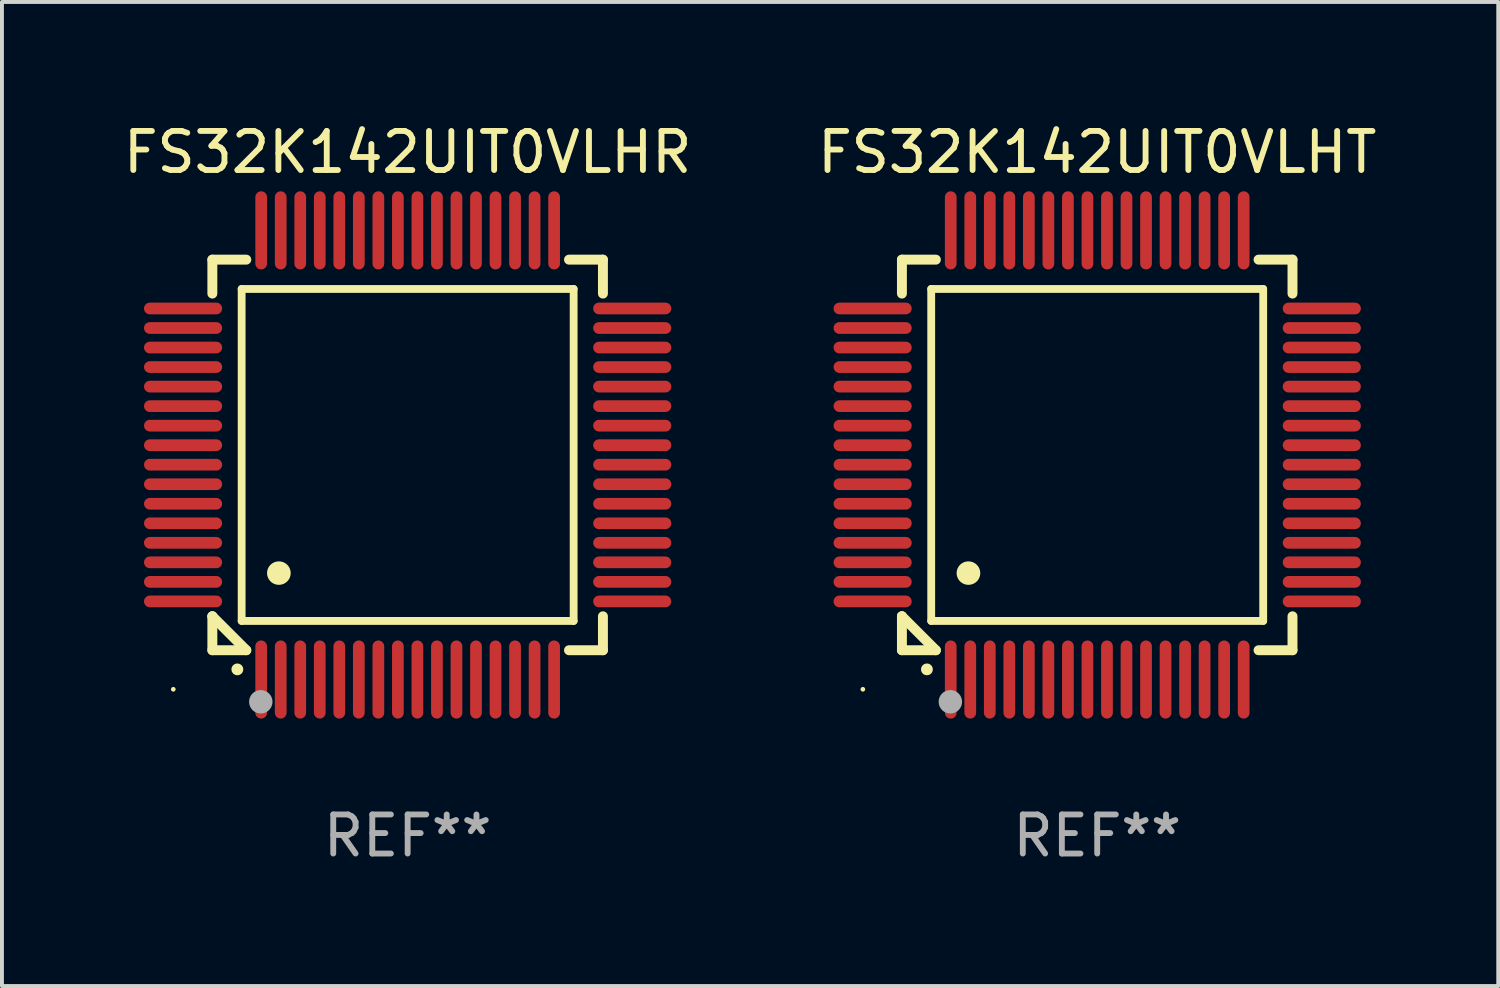
<source format=kicad_pcb>
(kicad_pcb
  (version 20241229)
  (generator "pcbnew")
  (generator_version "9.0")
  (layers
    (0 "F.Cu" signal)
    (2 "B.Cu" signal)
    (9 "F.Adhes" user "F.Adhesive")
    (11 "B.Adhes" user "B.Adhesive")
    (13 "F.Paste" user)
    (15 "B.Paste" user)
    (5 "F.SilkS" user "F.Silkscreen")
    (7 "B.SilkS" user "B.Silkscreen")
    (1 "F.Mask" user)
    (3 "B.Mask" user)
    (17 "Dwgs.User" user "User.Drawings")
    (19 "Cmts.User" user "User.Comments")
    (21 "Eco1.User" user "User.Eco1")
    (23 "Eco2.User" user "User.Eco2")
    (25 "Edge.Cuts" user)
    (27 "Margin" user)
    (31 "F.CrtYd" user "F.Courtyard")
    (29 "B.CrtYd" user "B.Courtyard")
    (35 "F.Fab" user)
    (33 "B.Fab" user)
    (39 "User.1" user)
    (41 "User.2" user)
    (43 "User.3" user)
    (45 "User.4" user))
  (footprint "FS32K142UIT0VLHT"
    (layer "F.Cu")
    (at 25.042 8.598)
    (property "Reference" "FS32K142UIT0VLHT" (at 0 -7.75 0) (layer "F.SilkS") (effects (font (size 1 1) (thickness 0.15))))
    (attr through_hole)
    (fp_line (start -5 -5) (end -4.131 -5) (stroke (width 0.254) (type solid)) (layer "F.SilkS"))
    (fp_line (start -5 -4.131) (end -5 -5) (stroke (width 0.254) (type solid)) (layer "F.SilkS"))
    (fp_line (start -5 4.131) (end -5 4.131) (stroke (width 0.254) (type solid)) (layer "F.SilkS"))
    (fp_line (start -5 5) (end -5 4.131) (stroke (width 0.254) (type solid)) (layer "F.SilkS"))
    (fp_line (start -5 4.131) (end -4.131 5) (stroke (width 0.254) (type solid)) (layer "F.SilkS"))
    (fp_line (start -4.25 -4.25) (end -4.25 4.25) (stroke (width 0.2) (type solid)) (layer "F.SilkS"))
    (fp_line (start -4.25 4.25) (end 4.25 4.25) (stroke (width 0.2) (type solid)) (layer "F.SilkS"))
    (fp_line (start -4.131 5) (end -5 5) (stroke (width 0.254) (type solid)) (layer "F.SilkS"))
    (fp_line (start 4.25 -4.25) (end -4.25 -4.25) (stroke (width 0.2) (type solid)) (layer "F.SilkS"))
    (fp_line (start 4.25 4.25) (end 4.25 -4.25) (stroke (width 0.2) (type solid)) (layer "F.SilkS"))
    (fp_line (start 5 -5) (end 4.131 -5) (stroke (width 0.254) (type solid)) (layer "F.SilkS"))
    (fp_line (start 5 -5) (end 5 -4.131) (stroke (width 0.254) (type solid)) (layer "F.SilkS"))
    (fp_line (start 5 4.131) (end 5 5) (stroke (width 0.254) (type solid)) (layer "F.SilkS"))
    (fp_line (start 5 5) (end 4.131 5) (stroke (width 0.254) (type solid)) (layer "F.SilkS"))
    (fp_arc (start -4.361265 5.489992) (mid -4.359995 5.489987) (end -4.358725 5.489992) (stroke (width 0.3) (type solid)) (layer "F.SilkS"))
    (fp_arc (start -3.299467 3.025146) (mid -3.296927 3.025135) (end -3.294387 3.025146) (stroke (width 0.6) (type solid)) (layer "F.SilkS"))
    (fp_circle (center -6 6) (end -5.97 6) (stroke (width 0.06) (type solid)) (fill no) (layer "F.SilkS"))
    (fp_circle (center -3.76 6.32) (end -3.61 6.32) (stroke (width 0.3) (type solid)) (fill no) (layer "F.Fab"))
    (fp_text user "REF**" (at 0 9.75 0) (layer "F.Fab") (effects (font (size 1 1) (thickness 0.15))))
    (pad "1" smd oval (at -3.75 5.75) (size 0.3 2) (layers "F.Cu" "F.Mask" "F.Paste"))
    (pad "2" smd oval (at -3.25 5.75) (size 0.3 2) (layers "F.Cu" "F.Mask" "F.Paste"))
    (pad "3" smd oval (at -2.75 5.75) (size 0.3 2) (layers "F.Cu" "F.Mask" "F.Paste"))
    (pad "4" smd oval (at -2.25 5.75) (size 0.3 2) (layers "F.Cu" "F.Mask" "F.Paste"))
    (pad "5" smd oval (at -1.75 5.75) (size 0.3 2) (layers "F.Cu" "F.Mask" "F.Paste"))
    (pad "6" smd oval (at -1.25 5.75) (size 0.3 2) (layers "F.Cu" "F.Mask" "F.Paste"))
    (pad "7" smd oval (at -0.75 5.75) (size 0.3 2) (layers "F.Cu" "F.Mask" "F.Paste"))
    (pad "8" smd oval (at -0.25 5.75) (size 0.3 2) (layers "F.Cu" "F.Mask" "F.Paste"))
    (pad "9" smd oval (at 0.25 5.75) (size 0.3 2) (layers "F.Cu" "F.Mask" "F.Paste"))
    (pad "10" smd oval (at 0.75 5.75) (size 0.3 2) (layers "F.Cu" "F.Mask" "F.Paste"))
    (pad "11" smd oval (at 1.25 5.75) (size 0.3 2) (layers "F.Cu" "F.Mask" "F.Paste"))
    (pad "12" smd oval (at 1.75 5.75) (size 0.3 2) (layers "F.Cu" "F.Mask" "F.Paste"))
    (pad "13" smd oval (at 2.25 5.75) (size 0.3 2) (layers "F.Cu" "F.Mask" "F.Paste"))
    (pad "14" smd oval (at 2.75 5.75) (size 0.3 2) (layers "F.Cu" "F.Mask" "F.Paste"))
    (pad "15" smd oval (at 3.25 5.75) (size 0.3 2) (layers "F.Cu" "F.Mask" "F.Paste"))
    (pad "16" smd oval (at 3.75 5.75) (size 0.3 2) (layers "F.Cu" "F.Mask" "F.Paste"))
    (pad "17" smd oval (at 5.75 3.75) (size 2 0.3) (layers "F.Cu" "F.Mask" "F.Paste"))
    (pad "18" smd oval (at 5.75 3.25) (size 2 0.3) (layers "F.Cu" "F.Mask" "F.Paste"))
    (pad "19" smd oval (at 5.75 2.75) (size 2 0.3) (layers "F.Cu" "F.Mask" "F.Paste"))
    (pad "20" smd oval (at 5.75 2.25) (size 2 0.3) (layers "F.Cu" "F.Mask" "F.Paste"))
    (pad "21" smd oval (at 5.75 1.75) (size 2 0.3) (layers "F.Cu" "F.Mask" "F.Paste"))
    (pad "22" smd oval (at 5.75 1.25) (size 2 0.3) (layers "F.Cu" "F.Mask" "F.Paste"))
    (pad "23" smd oval (at 5.75 0.75) (size 2 0.3) (layers "F.Cu" "F.Mask" "F.Paste"))
    (pad "24" smd oval (at 5.75 0.25) (size 2 0.3) (layers "F.Cu" "F.Mask" "F.Paste"))
    (pad "25" smd oval (at 5.75 -0.25) (size 2 0.3) (layers "F.Cu" "F.Mask" "F.Paste"))
    (pad "26" smd oval (at 5.75 -0.75) (size 2 0.3) (layers "F.Cu" "F.Mask" "F.Paste"))
    (pad "27" smd oval (at 5.75 -1.25) (size 2 0.3) (layers "F.Cu" "F.Mask" "F.Paste"))
    (pad "28" smd oval (at 5.75 -1.75) (size 2 0.3) (layers "F.Cu" "F.Mask" "F.Paste"))
    (pad "29" smd oval (at 5.75 -2.25) (size 2 0.3) (layers "F.Cu" "F.Mask" "F.Paste"))
    (pad "30" smd oval (at 5.75 -2.75) (size 2 0.3) (layers "F.Cu" "F.Mask" "F.Paste"))
    (pad "31" smd oval (at 5.75 -3.25) (size 2 0.3) (layers "F.Cu" "F.Mask" "F.Paste"))
    (pad "32" smd oval (at 5.75 -3.75) (size 2 0.3) (layers "F.Cu" "F.Mask" "F.Paste"))
    (pad "33" smd oval (at 3.75 -5.75) (size 0.3 2) (layers "F.Cu" "F.Mask" "F.Paste"))
    (pad "34" smd oval (at 3.25 -5.75) (size 0.3 2) (layers "F.Cu" "F.Mask" "F.Paste"))
    (pad "35" smd oval (at 2.75 -5.75) (size 0.3 2) (layers "F.Cu" "F.Mask" "F.Paste"))
    (pad "36" smd oval (at 2.25 -5.75) (size 0.3 2) (layers "F.Cu" "F.Mask" "F.Paste"))
    (pad "37" smd oval (at 1.75 -5.75) (size 0.3 2) (layers "F.Cu" "F.Mask" "F.Paste"))
    (pad "38" smd oval (at 1.25 -5.75) (size 0.3 2) (layers "F.Cu" "F.Mask" "F.Paste"))
    (pad "39" smd oval (at 0.75 -5.75) (size 0.3 2) (layers "F.Cu" "F.Mask" "F.Paste"))
    (pad "40" smd oval (at 0.25 -5.75) (size 0.3 2) (layers "F.Cu" "F.Mask" "F.Paste"))
    (pad "41" smd oval (at -0.25 -5.75) (size 0.3 2) (layers "F.Cu" "F.Mask" "F.Paste"))
    (pad "42" smd oval (at -0.75 -5.75) (size 0.3 2) (layers "F.Cu" "F.Mask" "F.Paste"))
    (pad "43" smd oval (at -1.25 -5.75) (size 0.3 2) (layers "F.Cu" "F.Mask" "F.Paste"))
    (pad "44" smd oval (at -1.75 -5.75) (size 0.3 2) (layers "F.Cu" "F.Mask" "F.Paste"))
    (pad "45" smd oval (at -2.25 -5.75) (size 0.3 2) (layers "F.Cu" "F.Mask" "F.Paste"))
    (pad "46" smd oval (at -2.75 -5.75) (size 0.3 2) (layers "F.Cu" "F.Mask" "F.Paste"))
    (pad "47" smd oval (at -3.25 -5.75) (size 0.3 2) (layers "F.Cu" "F.Mask" "F.Paste"))
    (pad "48" smd oval (at -3.75 -5.75) (size 0.3 2) (layers "F.Cu" "F.Mask" "F.Paste"))
    (pad "49" smd oval (at -5.75 -3.75) (size 2 0.3) (layers "F.Cu" "F.Mask" "F.Paste"))
    (pad "50" smd oval (at -5.75 -3.25) (size 2 0.3) (layers "F.Cu" "F.Mask" "F.Paste"))
    (pad "51" smd oval (at -5.75 -2.75) (size 2 0.3) (layers "F.Cu" "F.Mask" "F.Paste"))
    (pad "52" smd oval (at -5.75 -2.25) (size 2 0.3) (layers "F.Cu" "F.Mask" "F.Paste"))
    (pad "53" smd oval (at -5.75 -1.75) (size 2 0.3) (layers "F.Cu" "F.Mask" "F.Paste"))
    (pad "54" smd oval (at -5.75 -1.25) (size 2 0.3) (layers "F.Cu" "F.Mask" "F.Paste"))
    (pad "55" smd oval (at -5.75 -0.75) (size 2 0.3) (layers "F.Cu" "F.Mask" "F.Paste"))
    (pad "56" smd oval (at -5.75 -0.25) (size 2 0.3) (layers "F.Cu" "F.Mask" "F.Paste"))
    (pad "57" smd oval (at -5.75 0.25) (size 2 0.3) (layers "F.Cu" "F.Mask" "F.Paste"))
    (pad "58" smd oval (at -5.75 0.75) (size 2 0.3) (layers "F.Cu" "F.Mask" "F.Paste"))
    (pad "59" smd oval (at -5.75 1.25) (size 2 0.3) (layers "F.Cu" "F.Mask" "F.Paste"))
    (pad "60" smd oval (at -5.75 1.75) (size 2 0.3) (layers "F.Cu" "F.Mask" "F.Paste"))
    (pad "61" smd oval (at -5.75 2.25) (size 2 0.3) (layers "F.Cu" "F.Mask" "F.Paste"))
    (pad "62" smd oval (at -5.75 2.75) (size 2 0.3) (layers "F.Cu" "F.Mask" "F.Paste"))
    (pad "63" smd oval (at -5.75 3.25) (size 2 0.3) (layers "F.Cu" "F.Mask" "F.Paste"))
    (pad "64" smd oval (at -5.75 3.75) (size 2 0.3) (layers "F.Cu" "F.Mask" "F.Paste")))
  (footprint "FS32K142UIT0VLHR"
    (layer "F.Cu")
    (at 7.387 8.598)
    (property "Reference" "FS32K142UIT0VLHR" (at 0 -7.75 0) (layer "F.SilkS") (effects (font (size 1 1) (thickness 0.15))))
    (attr through_hole)
    (fp_line (start -5 -5) (end -4.131 -5) (stroke (width 0.254) (type solid)) (layer "F.SilkS"))
    (fp_line (start -5 -4.131) (end -5 -5) (stroke (width 0.254) (type solid)) (layer "F.SilkS"))
    (fp_line (start -5 4.131) (end -5 4.131) (stroke (width 0.254) (type solid)) (layer "F.SilkS"))
    (fp_line (start -5 5) (end -5 4.131) (stroke (width 0.254) (type solid)) (layer "F.SilkS"))
    (fp_line (start -5 4.131) (end -4.131 5) (stroke (width 0.254) (type solid)) (layer "F.SilkS"))
    (fp_line (start -4.25 -4.25) (end -4.25 4.25) (stroke (width 0.2) (type solid)) (layer "F.SilkS"))
    (fp_line (start -4.25 4.25) (end 4.25 4.25) (stroke (width 0.2) (type solid)) (layer "F.SilkS"))
    (fp_line (start -4.131 5) (end -5 5) (stroke (width 0.254) (type solid)) (layer "F.SilkS"))
    (fp_line (start 4.25 -4.25) (end -4.25 -4.25) (stroke (width 0.2) (type solid)) (layer "F.SilkS"))
    (fp_line (start 4.25 4.25) (end 4.25 -4.25) (stroke (width 0.2) (type solid)) (layer "F.SilkS"))
    (fp_line (start 5 -5) (end 4.131 -5) (stroke (width 0.254) (type solid)) (layer "F.SilkS"))
    (fp_line (start 5 -5) (end 5 -4.131) (stroke (width 0.254) (type solid)) (layer "F.SilkS"))
    (fp_line (start 5 4.131) (end 5 5) (stroke (width 0.254) (type solid)) (layer "F.SilkS"))
    (fp_line (start 5 5) (end 4.131 5) (stroke (width 0.254) (type solid)) (layer "F.SilkS"))
    (fp_arc (start -4.361265 5.489992) (mid -4.359995 5.489987) (end -4.358725 5.489992) (stroke (width 0.3) (type solid)) (layer "F.SilkS"))
    (fp_arc (start -3.299467 3.025146) (mid -3.296927 3.025135) (end -3.294387 3.025146) (stroke (width 0.6) (type solid)) (layer "F.SilkS"))
    (fp_circle (center -6 6) (end -5.97 6) (stroke (width 0.06) (type solid)) (fill no) (layer "F.SilkS"))
    (fp_circle (center -3.76 6.32) (end -3.61 6.32) (stroke (width 0.3) (type solid)) (fill no) (layer "F.Fab"))
    (fp_text user "REF**" (at 0 9.75 0) (layer "F.Fab") (effects (font (size 1 1) (thickness 0.15))))
    (pad "1" smd oval (at -3.75 5.75) (size 0.3 2) (layers "F.Cu" "F.Mask" "F.Paste"))
    (pad "2" smd oval (at -3.25 5.75) (size 0.3 2) (layers "F.Cu" "F.Mask" "F.Paste"))
    (pad "3" smd oval (at -2.75 5.75) (size 0.3 2) (layers "F.Cu" "F.Mask" "F.Paste"))
    (pad "4" smd oval (at -2.25 5.75) (size 0.3 2) (layers "F.Cu" "F.Mask" "F.Paste"))
    (pad "5" smd oval (at -1.75 5.75) (size 0.3 2) (layers "F.Cu" "F.Mask" "F.Paste"))
    (pad "6" smd oval (at -1.25 5.75) (size 0.3 2) (layers "F.Cu" "F.Mask" "F.Paste"))
    (pad "7" smd oval (at -0.75 5.75) (size 0.3 2) (layers "F.Cu" "F.Mask" "F.Paste"))
    (pad "8" smd oval (at -0.25 5.75) (size 0.3 2) (layers "F.Cu" "F.Mask" "F.Paste"))
    (pad "9" smd oval (at 0.25 5.75) (size 0.3 2) (layers "F.Cu" "F.Mask" "F.Paste"))
    (pad "10" smd oval (at 0.75 5.75) (size 0.3 2) (layers "F.Cu" "F.Mask" "F.Paste"))
    (pad "11" smd oval (at 1.25 5.75) (size 0.3 2) (layers "F.Cu" "F.Mask" "F.Paste"))
    (pad "12" smd oval (at 1.75 5.75) (size 0.3 2) (layers "F.Cu" "F.Mask" "F.Paste"))
    (pad "13" smd oval (at 2.25 5.75) (size 0.3 2) (layers "F.Cu" "F.Mask" "F.Paste"))
    (pad "14" smd oval (at 2.75 5.75) (size 0.3 2) (layers "F.Cu" "F.Mask" "F.Paste"))
    (pad "15" smd oval (at 3.25 5.75) (size 0.3 2) (layers "F.Cu" "F.Mask" "F.Paste"))
    (pad "16" smd oval (at 3.75 5.75) (size 0.3 2) (layers "F.Cu" "F.Mask" "F.Paste"))
    (pad "17" smd oval (at 5.75 3.75) (size 2 0.3) (layers "F.Cu" "F.Mask" "F.Paste"))
    (pad "18" smd oval (at 5.75 3.25) (size 2 0.3) (layers "F.Cu" "F.Mask" "F.Paste"))
    (pad "19" smd oval (at 5.75 2.75) (size 2 0.3) (layers "F.Cu" "F.Mask" "F.Paste"))
    (pad "20" smd oval (at 5.75 2.25) (size 2 0.3) (layers "F.Cu" "F.Mask" "F.Paste"))
    (pad "21" smd oval (at 5.75 1.75) (size 2 0.3) (layers "F.Cu" "F.Mask" "F.Paste"))
    (pad "22" smd oval (at 5.75 1.25) (size 2 0.3) (layers "F.Cu" "F.Mask" "F.Paste"))
    (pad "23" smd oval (at 5.75 0.75) (size 2 0.3) (layers "F.Cu" "F.Mask" "F.Paste"))
    (pad "24" smd oval (at 5.75 0.25) (size 2 0.3) (layers "F.Cu" "F.Mask" "F.Paste"))
    (pad "25" smd oval (at 5.75 -0.25) (size 2 0.3) (layers "F.Cu" "F.Mask" "F.Paste"))
    (pad "26" smd oval (at 5.75 -0.75) (size 2 0.3) (layers "F.Cu" "F.Mask" "F.Paste"))
    (pad "27" smd oval (at 5.75 -1.25) (size 2 0.3) (layers "F.Cu" "F.Mask" "F.Paste"))
    (pad "28" smd oval (at 5.75 -1.75) (size 2 0.3) (layers "F.Cu" "F.Mask" "F.Paste"))
    (pad "29" smd oval (at 5.75 -2.25) (size 2 0.3) (layers "F.Cu" "F.Mask" "F.Paste"))
    (pad "30" smd oval (at 5.75 -2.75) (size 2 0.3) (layers "F.Cu" "F.Mask" "F.Paste"))
    (pad "31" smd oval (at 5.75 -3.25) (size 2 0.3) (layers "F.Cu" "F.Mask" "F.Paste"))
    (pad "32" smd oval (at 5.75 -3.75) (size 2 0.3) (layers "F.Cu" "F.Mask" "F.Paste"))
    (pad "33" smd oval (at 3.75 -5.75) (size 0.3 2) (layers "F.Cu" "F.Mask" "F.Paste"))
    (pad "34" smd oval (at 3.25 -5.75) (size 0.3 2) (layers "F.Cu" "F.Mask" "F.Paste"))
    (pad "35" smd oval (at 2.75 -5.75) (size 0.3 2) (layers "F.Cu" "F.Mask" "F.Paste"))
    (pad "36" smd oval (at 2.25 -5.75) (size 0.3 2) (layers "F.Cu" "F.Mask" "F.Paste"))
    (pad "37" smd oval (at 1.75 -5.75) (size 0.3 2) (layers "F.Cu" "F.Mask" "F.Paste"))
    (pad "38" smd oval (at 1.25 -5.75) (size 0.3 2) (layers "F.Cu" "F.Mask" "F.Paste"))
    (pad "39" smd oval (at 0.75 -5.75) (size 0.3 2) (layers "F.Cu" "F.Mask" "F.Paste"))
    (pad "40" smd oval (at 0.25 -5.75) (size 0.3 2) (layers "F.Cu" "F.Mask" "F.Paste"))
    (pad "41" smd oval (at -0.25 -5.75) (size 0.3 2) (layers "F.Cu" "F.Mask" "F.Paste"))
    (pad "42" smd oval (at -0.75 -5.75) (size 0.3 2) (layers "F.Cu" "F.Mask" "F.Paste"))
    (pad "43" smd oval (at -1.25 -5.75) (size 0.3 2) (layers "F.Cu" "F.Mask" "F.Paste"))
    (pad "44" smd oval (at -1.75 -5.75) (size 0.3 2) (layers "F.Cu" "F.Mask" "F.Paste"))
    (pad "45" smd oval (at -2.25 -5.75) (size 0.3 2) (layers "F.Cu" "F.Mask" "F.Paste"))
    (pad "46" smd oval (at -2.75 -5.75) (size 0.3 2) (layers "F.Cu" "F.Mask" "F.Paste"))
    (pad "47" smd oval (at -3.25 -5.75) (size 0.3 2) (layers "F.Cu" "F.Mask" "F.Paste"))
    (pad "48" smd oval (at -3.75 -5.75) (size 0.3 2) (layers "F.Cu" "F.Mask" "F.Paste"))
    (pad "49" smd oval (at -5.75 -3.75) (size 2 0.3) (layers "F.Cu" "F.Mask" "F.Paste"))
    (pad "50" smd oval (at -5.75 -3.25) (size 2 0.3) (layers "F.Cu" "F.Mask" "F.Paste"))
    (pad "51" smd oval (at -5.75 -2.75) (size 2 0.3) (layers "F.Cu" "F.Mask" "F.Paste"))
    (pad "52" smd oval (at -5.75 -2.25) (size 2 0.3) (layers "F.Cu" "F.Mask" "F.Paste"))
    (pad "53" smd oval (at -5.75 -1.75) (size 2 0.3) (layers "F.Cu" "F.Mask" "F.Paste"))
    (pad "54" smd oval (at -5.75 -1.25) (size 2 0.3) (layers "F.Cu" "F.Mask" "F.Paste"))
    (pad "55" smd oval (at -5.75 -0.75) (size 2 0.3) (layers "F.Cu" "F.Mask" "F.Paste"))
    (pad "56" smd oval (at -5.75 -0.25) (size 2 0.3) (layers "F.Cu" "F.Mask" "F.Paste"))
    (pad "57" smd oval (at -5.75 0.25) (size 2 0.3) (layers "F.Cu" "F.Mask" "F.Paste"))
    (pad "58" smd oval (at -5.75 0.75) (size 2 0.3) (layers "F.Cu" "F.Mask" "F.Paste"))
    (pad "59" smd oval (at -5.75 1.25) (size 2 0.3) (layers "F.Cu" "F.Mask" "F.Paste"))
    (pad "60" smd oval (at -5.75 1.75) (size 2 0.3) (layers "F.Cu" "F.Mask" "F.Paste"))
    (pad "61" smd oval (at -5.75 2.25) (size 2 0.3) (layers "F.Cu" "F.Mask" "F.Paste"))
    (pad "62" smd oval (at -5.75 2.75) (size 2 0.3) (layers "F.Cu" "F.Mask" "F.Paste"))
    (pad "63" smd oval (at -5.75 3.25) (size 2 0.3) (layers "F.Cu" "F.Mask" "F.Paste"))
    (pad "64" smd oval (at -5.75 3.75) (size 2 0.3) (layers "F.Cu" "F.Mask" "F.Paste")))
  (gr_rect
    (start -3 -3)
    (end 35.31 22.196)
    (stroke (width 0.1) (type default))
    (fill no)
    (layer "Edge.Cuts")))
</source>
